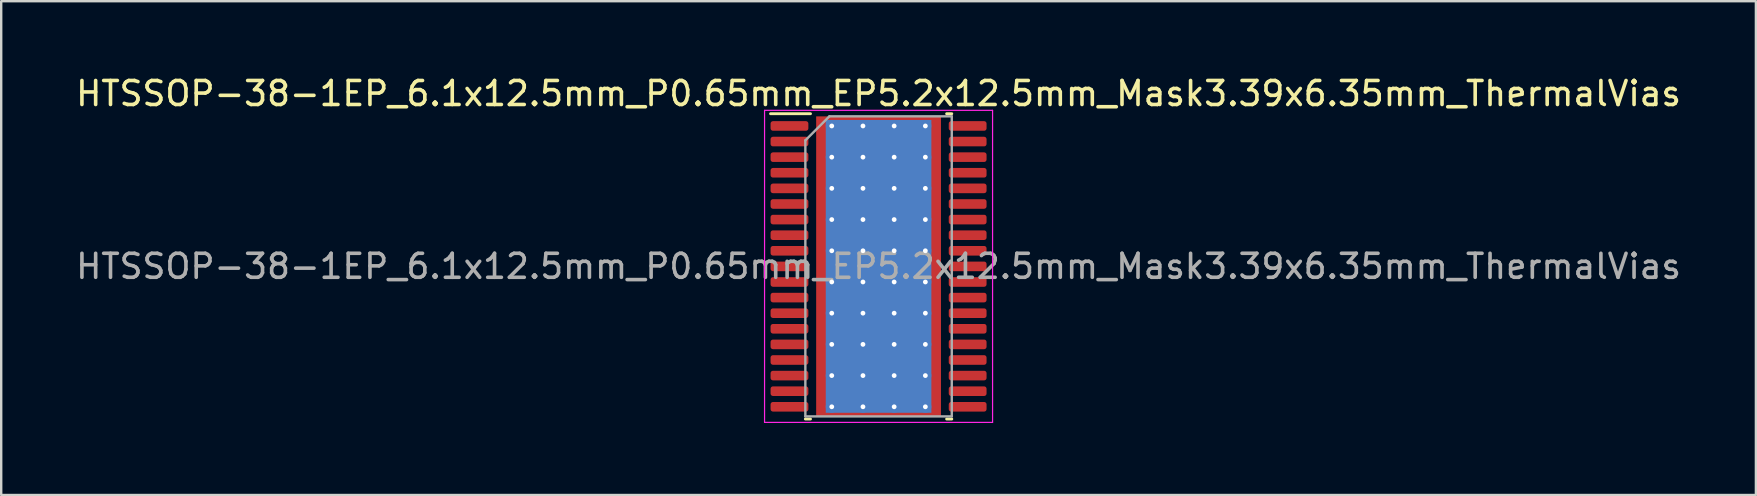
<source format=kicad_pcb>
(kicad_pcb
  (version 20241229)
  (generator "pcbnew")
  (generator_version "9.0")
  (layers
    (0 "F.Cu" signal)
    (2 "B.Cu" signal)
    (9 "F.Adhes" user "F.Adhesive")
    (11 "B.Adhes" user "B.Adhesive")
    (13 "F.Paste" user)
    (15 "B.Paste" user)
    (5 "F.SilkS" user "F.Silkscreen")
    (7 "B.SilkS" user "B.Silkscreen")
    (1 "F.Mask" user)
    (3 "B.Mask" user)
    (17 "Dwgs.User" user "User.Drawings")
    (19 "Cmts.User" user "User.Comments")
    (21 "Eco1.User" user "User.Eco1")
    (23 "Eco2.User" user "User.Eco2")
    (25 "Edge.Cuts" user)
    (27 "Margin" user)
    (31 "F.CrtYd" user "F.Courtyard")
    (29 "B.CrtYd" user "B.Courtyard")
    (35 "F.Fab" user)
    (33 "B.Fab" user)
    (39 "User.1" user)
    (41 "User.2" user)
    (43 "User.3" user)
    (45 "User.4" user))
  (footprint "HTSSOP-38-1EP_6.1x12.5mm_P0.65mm_EP5.2x12.5mm_Mask3.39x6.35mm_ThermalVias"
    (layer "F.Cu")
    (at 33.554 8.048)
    (property "Reference" "HTSSOP-38-1EP_6.1x12.5mm_P0.65mm_EP5.2x12.5mm_Mask3.39x6.35mm_ThermalVias" (at 0 -7.2 0) (layer "F.SilkS") (effects (font (size 1 1) (thickness 0.15))))
    (attr smd)
    (fp_line (start -2.836 -6.36) (end -4.5 -6.36) (stroke (width 0.12) (type solid)) (layer "F.SilkS"))
    (fp_line (start -2.836 6.36) (end -3.05 6.36) (stroke (width 0.12) (type solid)) (layer "F.SilkS"))
    (fp_line (start 2.836 -6.36) (end 3.05 -6.36) (stroke (width 0.12) (type solid)) (layer "F.SilkS"))
    (fp_line (start 2.836 6.36) (end 3.05 6.36) (stroke (width 0.12) (type solid)) (layer "F.SilkS"))
    (fp_line (start -4.75 -6.5) (end -4.75 6.5) (stroke (width 0.05) (type solid)) (layer "F.CrtYd"))
    (fp_line (start -4.75 6.5) (end 4.75 6.5) (stroke (width 0.05) (type solid)) (layer "F.CrtYd"))
    (fp_line (start 4.75 -6.5) (end -4.75 -6.5) (stroke (width 0.05) (type solid)) (layer "F.CrtYd"))
    (fp_line (start 4.75 6.5) (end 4.75 -6.5) (stroke (width 0.05) (type solid)) (layer "F.CrtYd"))
    (fp_line (start -3.05 -5.25) (end -2.05 -6.25) (stroke (width 0.1) (type solid)) (layer "F.Fab"))
    (fp_line (start -3.05 6.25) (end -3.05 -5.25) (stroke (width 0.1) (type solid)) (layer "F.Fab"))
    (fp_line (start -2.05 -6.25) (end 3.05 -6.25) (stroke (width 0.1) (type solid)) (layer "F.Fab"))
    (fp_line (start 3.05 -6.25) (end 3.05 6.25) (stroke (width 0.1) (type solid)) (layer "F.Fab"))
    (fp_line (start 3.05 6.25) (end -3.05 6.25) (stroke (width 0.1) (type solid)) (layer "F.Fab"))
    (fp_text user "${REFERENCE}" (at 0 0 0) (layer "F.Fab") (effects (font (size 1 1) (thickness 0.15))))
    (pad "" smd roundrect (at -0.85 -2.12) (size 1.37 1.71) (layers "F.Paste") (roundrect_rratio 0.182))
    (pad "" smd roundrect (at -0.85 0) (size 1.37 1.71) (layers "F.Paste") (roundrect_rratio 0.182))
    (pad "" smd roundrect (at -0.85 2.12) (size 1.37 1.71) (layers "F.Paste") (roundrect_rratio 0.182))
    (pad "" smd rect (at 0 0) (size 3.39 6.35) (layers "F.Mask"))
    (pad "" smd roundrect (at 0.85 -2.12) (size 1.37 1.71) (layers "F.Paste") (roundrect_rratio 0.182))
    (pad "" smd roundrect (at 0.85 0) (size 1.37 1.71) (layers "F.Paste") (roundrect_rratio 0.182))
    (pad "" smd roundrect (at 0.85 2.12) (size 1.37 1.71) (layers "F.Paste") (roundrect_rratio 0.182))
    (pad "1" smd roundrect (at -3.712 -5.85) (size 1.575 0.4) (layers "F.Cu" "F.Mask" "F.Paste") (roundrect_rratio 0.25))
    (pad "2" smd roundrect (at -3.712 -5.2) (size 1.575 0.4) (layers "F.Cu" "F.Mask" "F.Paste") (roundrect_rratio 0.25))
    (pad "3" smd roundrect (at -3.712 -4.55) (size 1.575 0.4) (layers "F.Cu" "F.Mask" "F.Paste") (roundrect_rratio 0.25))
    (pad "4" smd roundrect (at -3.712 -3.9) (size 1.575 0.4) (layers "F.Cu" "F.Mask" "F.Paste") (roundrect_rratio 0.25))
    (pad "5" smd roundrect (at -3.712 -3.25) (size 1.575 0.4) (layers "F.Cu" "F.Mask" "F.Paste") (roundrect_rratio 0.25))
    (pad "6" smd roundrect (at -3.712 -2.6) (size 1.575 0.4) (layers "F.Cu" "F.Mask" "F.Paste") (roundrect_rratio 0.25))
    (pad "7" smd roundrect (at -3.712 -1.95) (size 1.575 0.4) (layers "F.Cu" "F.Mask" "F.Paste") (roundrect_rratio 0.25))
    (pad "8" smd roundrect (at -3.712 -1.3) (size 1.575 0.4) (layers "F.Cu" "F.Mask" "F.Paste") (roundrect_rratio 0.25))
    (pad "9" smd roundrect (at -3.712 -0.65) (size 1.575 0.4) (layers "F.Cu" "F.Mask" "F.Paste") (roundrect_rratio 0.25))
    (pad "10" smd roundrect (at -3.712 0) (size 1.575 0.4) (layers "F.Cu" "F.Mask" "F.Paste") (roundrect_rratio 0.25))
    (pad "11" smd roundrect (at -3.712 0.65) (size 1.575 0.4) (layers "F.Cu" "F.Mask" "F.Paste") (roundrect_rratio 0.25))
    (pad "12" smd roundrect (at -3.712 1.3) (size 1.575 0.4) (layers "F.Cu" "F.Mask" "F.Paste") (roundrect_rratio 0.25))
    (pad "13" smd roundrect (at -3.712 1.95) (size 1.575 0.4) (layers "F.Cu" "F.Mask" "F.Paste") (roundrect_rratio 0.25))
    (pad "14" smd roundrect (at -3.712 2.6) (size 1.575 0.4) (layers "F.Cu" "F.Mask" "F.Paste") (roundrect_rratio 0.25))
    (pad "15" smd roundrect (at -3.712 3.25) (size 1.575 0.4) (layers "F.Cu" "F.Mask" "F.Paste") (roundrect_rratio 0.25))
    (pad "16" smd roundrect (at -3.712 3.9) (size 1.575 0.4) (layers "F.Cu" "F.Mask" "F.Paste") (roundrect_rratio 0.25))
    (pad "17" smd roundrect (at -3.712 4.55) (size 1.575 0.4) (layers "F.Cu" "F.Mask" "F.Paste") (roundrect_rratio 0.25))
    (pad "18" smd roundrect (at -3.712 5.2) (size 1.575 0.4) (layers "F.Cu" "F.Mask" "F.Paste") (roundrect_rratio 0.25))
    (pad "19" smd roundrect (at -3.712 5.85) (size 1.575 0.4) (layers "F.Cu" "F.Mask" "F.Paste") (roundrect_rratio 0.25))
    (pad "20" smd roundrect (at 3.712 5.85) (size 1.575 0.4) (layers "F.Cu" "F.Mask" "F.Paste") (roundrect_rratio 0.25))
    (pad "21" smd roundrect (at 3.712 5.2) (size 1.575 0.4) (layers "F.Cu" "F.Mask" "F.Paste") (roundrect_rratio 0.25))
    (pad "22" smd roundrect (at 3.712 4.55) (size 1.575 0.4) (layers "F.Cu" "F.Mask" "F.Paste") (roundrect_rratio 0.25))
    (pad "23" smd roundrect (at 3.712 3.9) (size 1.575 0.4) (layers "F.Cu" "F.Mask" "F.Paste") (roundrect_rratio 0.25))
    (pad "24" smd roundrect (at 3.712 3.25) (size 1.575 0.4) (layers "F.Cu" "F.Mask" "F.Paste") (roundrect_rratio 0.25))
    (pad "25" smd roundrect (at 3.712 2.6) (size 1.575 0.4) (layers "F.Cu" "F.Mask" "F.Paste") (roundrect_rratio 0.25))
    (pad "26" smd roundrect (at 3.712 1.95) (size 1.575 0.4) (layers "F.Cu" "F.Mask" "F.Paste") (roundrect_rratio 0.25))
    (pad "27" smd roundrect (at 3.712 1.3) (size 1.575 0.4) (layers "F.Cu" "F.Mask" "F.Paste") (roundrect_rratio 0.25))
    (pad "28" smd roundrect (at 3.712 0.65) (size 1.575 0.4) (layers "F.Cu" "F.Mask" "F.Paste") (roundrect_rratio 0.25))
    (pad "29" smd roundrect (at 3.712 0) (size 1.575 0.4) (layers "F.Cu" "F.Mask" "F.Paste") (roundrect_rratio 0.25))
    (pad "30" smd roundrect (at 3.712 -0.65) (size 1.575 0.4) (layers "F.Cu" "F.Mask" "F.Paste") (roundrect_rratio 0.25))
    (pad "31" smd roundrect (at 3.712 -1.3) (size 1.575 0.4) (layers "F.Cu" "F.Mask" "F.Paste") (roundrect_rratio 0.25))
    (pad "32" smd roundrect (at 3.712 -1.95) (size 1.575 0.4) (layers "F.Cu" "F.Mask" "F.Paste") (roundrect_rratio 0.25))
    (pad "33" smd roundrect (at 3.712 -2.6) (size 1.575 0.4) (layers "F.Cu" "F.Mask" "F.Paste") (roundrect_rratio 0.25))
    (pad "34" smd roundrect (at 3.712 -3.25) (size 1.575 0.4) (layers "F.Cu" "F.Mask" "F.Paste") (roundrect_rratio 0.25))
    (pad "35" smd roundrect (at 3.712 -3.9) (size 1.575 0.4) (layers "F.Cu" "F.Mask" "F.Paste") (roundrect_rratio 0.25))
    (pad "36" smd roundrect (at 3.712 -4.55) (size 1.575 0.4) (layers "F.Cu" "F.Mask" "F.Paste") (roundrect_rratio 0.25))
    (pad "37" smd roundrect (at 3.712 -5.2) (size 1.575 0.4) (layers "F.Cu" "F.Mask" "F.Paste") (roundrect_rratio 0.25))
    (pad "38" smd roundrect (at 3.712 -5.85) (size 1.575 0.4) (layers "F.Cu" "F.Mask" "F.Paste") (roundrect_rratio 0.25))
    (pad "39" thru_hole circle (at -1.95 -5.85) (size 0.5 0.5) (drill 0.2) (layers "*.Cu"))
    (pad "39" thru_hole circle (at -1.95 -4.55) (size 0.5 0.5) (drill 0.2) (layers "*.Cu"))
    (pad "39" thru_hole circle (at -1.95 -3.25) (size 0.5 0.5) (drill 0.2) (layers "*.Cu"))
    (pad "39" thru_hole circle (at -1.95 -1.95) (size 0.5 0.5) (drill 0.2) (layers "*.Cu"))
    (pad "39" thru_hole circle (at -1.95 -0.65) (size 0.5 0.5) (drill 0.2) (layers "*.Cu"))
    (pad "39" thru_hole circle (at -1.95 0.65) (size 0.5 0.5) (drill 0.2) (layers "*.Cu"))
    (pad "39" thru_hole circle (at -1.95 1.95) (size 0.5 0.5) (drill 0.2) (layers "*.Cu"))
    (pad "39" thru_hole circle (at -1.95 3.25) (size 0.5 0.5) (drill 0.2) (layers "*.Cu"))
    (pad "39" thru_hole circle (at -1.95 4.55) (size 0.5 0.5) (drill 0.2) (layers "*.Cu"))
    (pad "39" thru_hole circle (at -1.95 5.85) (size 0.5 0.5) (drill 0.2) (layers "*.Cu"))
    (pad "39" thru_hole circle (at -0.65 -5.85) (size 0.5 0.5) (drill 0.2) (layers "*.Cu"))
    (pad "39" thru_hole circle (at -0.65 -4.55) (size 0.5 0.5) (drill 0.2) (layers "*.Cu"))
    (pad "39" thru_hole circle (at -0.65 -3.25) (size 0.5 0.5) (drill 0.2) (layers "*.Cu"))
    (pad "39" thru_hole circle (at -0.65 -1.95) (size 0.5 0.5) (drill 0.2) (layers "*.Cu"))
    (pad "39" thru_hole circle (at -0.65 -0.65) (size 0.5 0.5) (drill 0.2) (layers "*.Cu"))
    (pad "39" thru_hole circle (at -0.65 0.65) (size 0.5 0.5) (drill 0.2) (layers "*.Cu"))
    (pad "39" thru_hole circle (at -0.65 1.95) (size 0.5 0.5) (drill 0.2) (layers "*.Cu"))
    (pad "39" thru_hole circle (at -0.65 3.25) (size 0.5 0.5) (drill 0.2) (layers "*.Cu"))
    (pad "39" thru_hole circle (at -0.65 4.55) (size 0.5 0.5) (drill 0.2) (layers "*.Cu"))
    (pad "39" thru_hole circle (at -0.65 5.85) (size 0.5 0.5) (drill 0.2) (layers "*.Cu"))
    (pad "39" smd rect (at 0 0) (size 4.4 12.2) (layers "B.Cu"))
    (pad "39" smd rect (at 0 0) (size 5.2 12.5) (layers "F.Cu"))
    (pad "39" thru_hole circle (at 0.65 -5.85) (size 0.5 0.5) (drill 0.2) (layers "*.Cu"))
    (pad "39" thru_hole circle (at 0.65 -4.55) (size 0.5 0.5) (drill 0.2) (layers "*.Cu"))
    (pad "39" thru_hole circle (at 0.65 -3.25) (size 0.5 0.5) (drill 0.2) (layers "*.Cu"))
    (pad "39" thru_hole circle (at 0.65 -1.95) (size 0.5 0.5) (drill 0.2) (layers "*.Cu"))
    (pad "39" thru_hole circle (at 0.65 -0.65) (size 0.5 0.5) (drill 0.2) (layers "*.Cu"))
    (pad "39" thru_hole circle (at 0.65 0.65) (size 0.5 0.5) (drill 0.2) (layers "*.Cu"))
    (pad "39" thru_hole circle (at 0.65 1.95) (size 0.5 0.5) (drill 0.2) (layers "*.Cu"))
    (pad "39" thru_hole circle (at 0.65 3.25) (size 0.5 0.5) (drill 0.2) (layers "*.Cu"))
    (pad "39" thru_hole circle (at 0.65 4.55) (size 0.5 0.5) (drill 0.2) (layers "*.Cu"))
    (pad "39" thru_hole circle (at 0.65 5.85) (size 0.5 0.5) (drill 0.2) (layers "*.Cu"))
    (pad "39" thru_hole circle (at 1.95 -5.85) (size 0.5 0.5) (drill 0.2) (layers "*.Cu"))
    (pad "39" thru_hole circle (at 1.95 -4.55) (size 0.5 0.5) (drill 0.2) (layers "*.Cu"))
    (pad "39" thru_hole circle (at 1.95 -3.25) (size 0.5 0.5) (drill 0.2) (layers "*.Cu"))
    (pad "39" thru_hole circle (at 1.95 -1.95) (size 0.5 0.5) (drill 0.2) (layers "*.Cu"))
    (pad "39" thru_hole circle (at 1.95 -0.65) (size 0.5 0.5) (drill 0.2) (layers "*.Cu"))
    (pad "39" thru_hole circle (at 1.95 0.65) (size 0.5 0.5) (drill 0.2) (layers "*.Cu"))
    (pad "39" thru_hole circle (at 1.95 1.95) (size 0.5 0.5) (drill 0.2) (layers "*.Cu"))
    (pad "39" thru_hole circle (at 1.95 3.25) (size 0.5 0.5) (drill 0.2) (layers "*.Cu"))
    (pad "39" thru_hole circle (at 1.95 4.55) (size 0.5 0.5) (drill 0.2) (layers "*.Cu"))
    (pad "39" thru_hole circle (at 1.95 5.85) (size 0.5 0.5) (drill 0.2) (layers "*.Cu")))
  (gr_rect
    (start -3 -3)
    (end 70.107 17.573)
    (stroke (width 0.1) (type default))
    (fill no)
    (layer "Edge.Cuts")))
</source>
